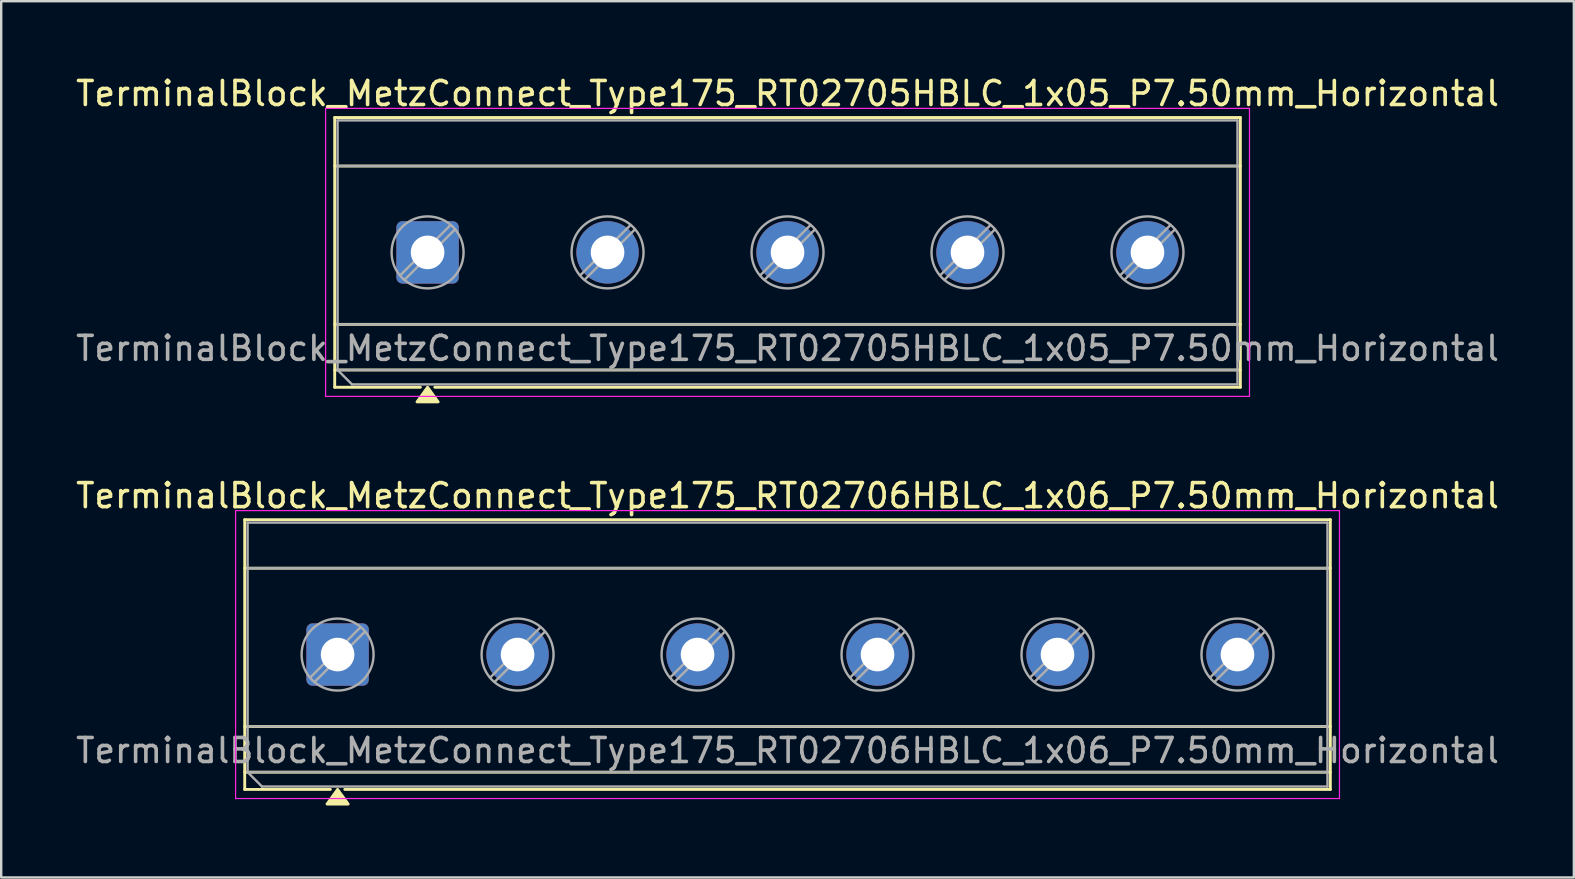
<source format=kicad_pcb>
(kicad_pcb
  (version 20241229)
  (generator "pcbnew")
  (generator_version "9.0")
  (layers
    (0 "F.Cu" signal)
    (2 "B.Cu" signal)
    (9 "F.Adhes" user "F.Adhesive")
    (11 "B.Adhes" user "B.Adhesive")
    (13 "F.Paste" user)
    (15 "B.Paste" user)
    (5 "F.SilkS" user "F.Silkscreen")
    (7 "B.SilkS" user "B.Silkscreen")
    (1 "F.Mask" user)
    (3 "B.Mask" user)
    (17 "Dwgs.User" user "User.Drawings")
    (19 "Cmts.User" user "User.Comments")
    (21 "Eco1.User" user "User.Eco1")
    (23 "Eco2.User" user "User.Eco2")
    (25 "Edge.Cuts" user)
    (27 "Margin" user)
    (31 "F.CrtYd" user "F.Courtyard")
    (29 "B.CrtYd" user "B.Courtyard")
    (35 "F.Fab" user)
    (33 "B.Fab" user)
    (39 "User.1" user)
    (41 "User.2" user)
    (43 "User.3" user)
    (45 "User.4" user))
  (footprint "TerminalBlock_MetzConnect_Type175_RT02706HBLC_1x06_P7.50mm_Horizontal"
    (layer "F.Cu")
    (at 11.018 24.227)
    (property "Reference" "TerminalBlock_MetzConnect_Type175_RT02706HBLC_1x06_P7.50mm_Horizontal" (at 18.75 -6.62 0) (layer "F.SilkS") (effects (font (size 1 1) (thickness 0.15))))
    (attr through_hole)
    (fp_line (start -3.87 -5.62) (end -3.87 5.62) (stroke (width 0.12) (type solid)) (layer "F.SilkS"))
    (fp_line (start -3.87 -5.62) (end 41.37 -5.62) (stroke (width 0.12) (type solid)) (layer "F.SilkS"))
    (fp_line (start -3.87 -3.6) (end 41.37 -3.6) (stroke (width 0.12) (type solid)) (layer "F.SilkS"))
    (fp_line (start -3.87 3) (end 41.37 3) (stroke (width 0.12) (type solid)) (layer "F.SilkS"))
    (fp_line (start -3.87 4.9) (end 41.37 4.9) (stroke (width 0.12) (type solid)) (layer "F.SilkS"))
    (fp_line (start -3.87 5.62) (end -0.3 5.62) (stroke (width 0.12) (type solid)) (layer "F.SilkS"))
    (fp_line (start 0.3 5.62) (end 41.37 5.62) (stroke (width 0.12) (type solid)) (layer "F.SilkS"))
    (fp_line (start 41.37 -5.62) (end 41.37 5.62) (stroke (width 0.12) (type solid)) (layer "F.SilkS"))
    (fp_poly (pts (xy 0 5.62) (xy 0.44 6.23) (xy -0.44 6.23)) (stroke (width 0.12) (type solid)) (fill yes) (layer "F.SilkS"))
    (fp_line (start -4.25 -6) (end -4.25 6) (stroke (width 0.05) (type solid)) (layer "F.CrtYd"))
    (fp_line (start -4.25 6) (end 41.75 6) (stroke (width 0.05) (type solid)) (layer "F.CrtYd"))
    (fp_line (start 41.75 -6) (end -4.25 -6) (stroke (width 0.05) (type solid)) (layer "F.CrtYd"))
    (fp_line (start 41.75 6) (end 41.75 -6) (stroke (width 0.05) (type solid)) (layer "F.CrtYd"))
    (fp_line (start -3.75 -5.5) (end 41.25 -5.5) (stroke (width 0.1) (type solid)) (layer "F.Fab"))
    (fp_line (start -3.75 -3.6) (end 41.25 -3.6) (stroke (width 0.1) (type solid)) (layer "F.Fab"))
    (fp_line (start -3.75 3) (end 41.25 3) (stroke (width 0.1) (type solid)) (layer "F.Fab"))
    (fp_line (start -3.75 4.9) (end -3.75 -5.5) (stroke (width 0.1) (type solid)) (layer "F.Fab"))
    (fp_line (start -3.75 4.9) (end 41.25 4.9) (stroke (width 0.1) (type solid)) (layer "F.Fab"))
    (fp_line (start -3.15 5.5) (end -3.75 4.9) (stroke (width 0.1) (type solid)) (layer "F.Fab"))
    (fp_line (start 0.955 -1.138) (end -1.138 0.954) (stroke (width 0.1) (type solid)) (layer "F.Fab"))
    (fp_line (start 1.138 -0.954) (end -0.955 1.137) (stroke (width 0.1) (type solid)) (layer "F.Fab"))
    (fp_line (start 8.455 -1.138) (end 6.362 0.954) (stroke (width 0.1) (type solid)) (layer "F.Fab"))
    (fp_line (start 8.638 -0.954) (end 6.545 1.137) (stroke (width 0.1) (type solid)) (layer "F.Fab"))
    (fp_line (start 15.955 -1.138) (end 13.862 0.954) (stroke (width 0.1) (type solid)) (layer "F.Fab"))
    (fp_line (start 16.138 -0.954) (end 14.045 1.137) (stroke (width 0.1) (type solid)) (layer "F.Fab"))
    (fp_line (start 23.455 -1.138) (end 21.362 0.954) (stroke (width 0.1) (type solid)) (layer "F.Fab"))
    (fp_line (start 23.638 -0.954) (end 21.545 1.137) (stroke (width 0.1) (type solid)) (layer "F.Fab"))
    (fp_line (start 30.955 -1.138) (end 28.862 0.954) (stroke (width 0.1) (type solid)) (layer "F.Fab"))
    (fp_line (start 31.138 -0.954) (end 29.045 1.137) (stroke (width 0.1) (type solid)) (layer "F.Fab"))
    (fp_line (start 38.455 -1.138) (end 36.362 0.954) (stroke (width 0.1) (type solid)) (layer "F.Fab"))
    (fp_line (start 38.638 -0.954) (end 36.545 1.137) (stroke (width 0.1) (type solid)) (layer "F.Fab"))
    (fp_line (start 41.25 -5.5) (end 41.25 5.5) (stroke (width 0.1) (type solid)) (layer "F.Fab"))
    (fp_line (start 41.25 5.5) (end -3.15 5.5) (stroke (width 0.1) (type solid)) (layer "F.Fab"))
    (fp_circle (center 0 0) (end 1.5 0) (stroke (width 0.1) (type solid)) (fill no) (layer "F.Fab"))
    (fp_circle (center 7.5 0) (end 9 0) (stroke (width 0.1) (type solid)) (fill no) (layer "F.Fab"))
    (fp_circle (center 15 0) (end 16.5 0) (stroke (width 0.1) (type solid)) (fill no) (layer "F.Fab"))
    (fp_circle (center 22.5 0) (end 24 0) (stroke (width 0.1) (type solid)) (fill no) (layer "F.Fab"))
    (fp_circle (center 30 0) (end 31.5 0) (stroke (width 0.1) (type solid)) (fill no) (layer "F.Fab"))
    (fp_circle (center 37.5 0) (end 39 0) (stroke (width 0.1) (type solid)) (fill no) (layer "F.Fab"))
    (fp_text user "${REFERENCE}" (at 18.75 4 0) (layer "F.Fab") (effects (font (size 1 1) (thickness 0.15))))
    (pad "1" thru_hole roundrect (at 0 0) (size 2.6 2.6) (drill 1.4) (layers "*.Cu" "*.Mask") (roundrect_rratio 0.096))
    (pad "2" thru_hole circle (at 7.5 0) (size 2.6 2.6) (drill 1.4) (layers "*.Cu" "*.Mask"))
    (pad "3" thru_hole circle (at 15 0) (size 2.6 2.6) (drill 1.4) (layers "*.Cu" "*.Mask"))
    (pad "4" thru_hole circle (at 22.5 0) (size 2.6 2.6) (drill 1.4) (layers "*.Cu" "*.Mask"))
    (pad "5" thru_hole circle (at 30 0) (size 2.6 2.6) (drill 1.4) (layers "*.Cu" "*.Mask"))
    (pad "6" thru_hole circle (at 37.5 0) (size 2.6 2.6) (drill 1.4) (layers "*.Cu" "*.Mask")))
  (footprint "TerminalBlock_MetzConnect_Type175_RT02705HBLC_1x05_P7.50mm_Horizontal"
    (layer "F.Cu")
    (at 14.768 7.468)
    (property "Reference" "TerminalBlock_MetzConnect_Type175_RT02705HBLC_1x05_P7.50mm_Horizontal" (at 15 -6.62 0) (layer "F.SilkS") (effects (font (size 1 1) (thickness 0.15))))
    (attr through_hole)
    (fp_line (start -3.87 -5.62) (end -3.87 5.62) (stroke (width 0.12) (type solid)) (layer "F.SilkS"))
    (fp_line (start -3.87 -5.62) (end 33.87 -5.62) (stroke (width 0.12) (type solid)) (layer "F.SilkS"))
    (fp_line (start -3.87 -3.6) (end 33.87 -3.6) (stroke (width 0.12) (type solid)) (layer "F.SilkS"))
    (fp_line (start -3.87 3) (end 33.87 3) (stroke (width 0.12) (type solid)) (layer "F.SilkS"))
    (fp_line (start -3.87 4.9) (end 33.87 4.9) (stroke (width 0.12) (type solid)) (layer "F.SilkS"))
    (fp_line (start -3.87 5.62) (end -0.3 5.62) (stroke (width 0.12) (type solid)) (layer "F.SilkS"))
    (fp_line (start 0.3 5.62) (end 33.87 5.62) (stroke (width 0.12) (type solid)) (layer "F.SilkS"))
    (fp_line (start 33.87 -5.62) (end 33.87 5.62) (stroke (width 0.12) (type solid)) (layer "F.SilkS"))
    (fp_poly (pts (xy 0 5.62) (xy 0.44 6.23) (xy -0.44 6.23)) (stroke (width 0.12) (type solid)) (fill yes) (layer "F.SilkS"))
    (fp_line (start -4.25 -6) (end -4.25 6) (stroke (width 0.05) (type solid)) (layer "F.CrtYd"))
    (fp_line (start -4.25 6) (end 34.25 6) (stroke (width 0.05) (type solid)) (layer "F.CrtYd"))
    (fp_line (start 34.25 -6) (end -4.25 -6) (stroke (width 0.05) (type solid)) (layer "F.CrtYd"))
    (fp_line (start 34.25 6) (end 34.25 -6) (stroke (width 0.05) (type solid)) (layer "F.CrtYd"))
    (fp_line (start -3.75 -5.5) (end 33.75 -5.5) (stroke (width 0.1) (type solid)) (layer "F.Fab"))
    (fp_line (start -3.75 -3.6) (end 33.75 -3.6) (stroke (width 0.1) (type solid)) (layer "F.Fab"))
    (fp_line (start -3.75 3) (end 33.75 3) (stroke (width 0.1) (type solid)) (layer "F.Fab"))
    (fp_line (start -3.75 4.9) (end -3.75 -5.5) (stroke (width 0.1) (type solid)) (layer "F.Fab"))
    (fp_line (start -3.75 4.9) (end 33.75 4.9) (stroke (width 0.1) (type solid)) (layer "F.Fab"))
    (fp_line (start -3.15 5.5) (end -3.75 4.9) (stroke (width 0.1) (type solid)) (layer "F.Fab"))
    (fp_line (start 0.955 -1.138) (end -1.138 0.954) (stroke (width 0.1) (type solid)) (layer "F.Fab"))
    (fp_line (start 1.138 -0.954) (end -0.955 1.137) (stroke (width 0.1) (type solid)) (layer "F.Fab"))
    (fp_line (start 8.455 -1.138) (end 6.362 0.954) (stroke (width 0.1) (type solid)) (layer "F.Fab"))
    (fp_line (start 8.638 -0.954) (end 6.545 1.137) (stroke (width 0.1) (type solid)) (layer "F.Fab"))
    (fp_line (start 15.955 -1.138) (end 13.862 0.954) (stroke (width 0.1) (type solid)) (layer "F.Fab"))
    (fp_line (start 16.138 -0.954) (end 14.045 1.137) (stroke (width 0.1) (type solid)) (layer "F.Fab"))
    (fp_line (start 23.455 -1.138) (end 21.362 0.954) (stroke (width 0.1) (type solid)) (layer "F.Fab"))
    (fp_line (start 23.638 -0.954) (end 21.545 1.137) (stroke (width 0.1) (type solid)) (layer "F.Fab"))
    (fp_line (start 30.955 -1.138) (end 28.862 0.954) (stroke (width 0.1) (type solid)) (layer "F.Fab"))
    (fp_line (start 31.138 -0.954) (end 29.045 1.137) (stroke (width 0.1) (type solid)) (layer "F.Fab"))
    (fp_line (start 33.75 -5.5) (end 33.75 5.5) (stroke (width 0.1) (type solid)) (layer "F.Fab"))
    (fp_line (start 33.75 5.5) (end -3.15 5.5) (stroke (width 0.1) (type solid)) (layer "F.Fab"))
    (fp_circle (center 0 0) (end 1.5 0) (stroke (width 0.1) (type solid)) (fill no) (layer "F.Fab"))
    (fp_circle (center 7.5 0) (end 9 0) (stroke (width 0.1) (type solid)) (fill no) (layer "F.Fab"))
    (fp_circle (center 15 0) (end 16.5 0) (stroke (width 0.1) (type solid)) (fill no) (layer "F.Fab"))
    (fp_circle (center 22.5 0) (end 24 0) (stroke (width 0.1) (type solid)) (fill no) (layer "F.Fab"))
    (fp_circle (center 30 0) (end 31.5 0) (stroke (width 0.1) (type solid)) (fill no) (layer "F.Fab"))
    (fp_text user "${REFERENCE}" (at 15 4 0) (layer "F.Fab") (effects (font (size 1 1) (thickness 0.15))))
    (pad "1" thru_hole roundrect (at 0 0) (size 2.6 2.6) (drill 1.4) (layers "*.Cu" "*.Mask") (roundrect_rratio 0.096))
    (pad "2" thru_hole circle (at 7.5 0) (size 2.6 2.6) (drill 1.4) (layers "*.Cu" "*.Mask"))
    (pad "3" thru_hole circle (at 15 0) (size 2.6 2.6) (drill 1.4) (layers "*.Cu" "*.Mask"))
    (pad "4" thru_hole circle (at 22.5 0) (size 2.6 2.6) (drill 1.4) (layers "*.Cu" "*.Mask"))
    (pad "5" thru_hole circle (at 30 0) (size 2.6 2.6) (drill 1.4) (layers "*.Cu" "*.Mask")))
  (gr_rect
    (start -3 -3)
    (end 62.536 33.517)
    (stroke (width 0.1) (type default))
    (fill no)
    (layer "Edge.Cuts")))
</source>
